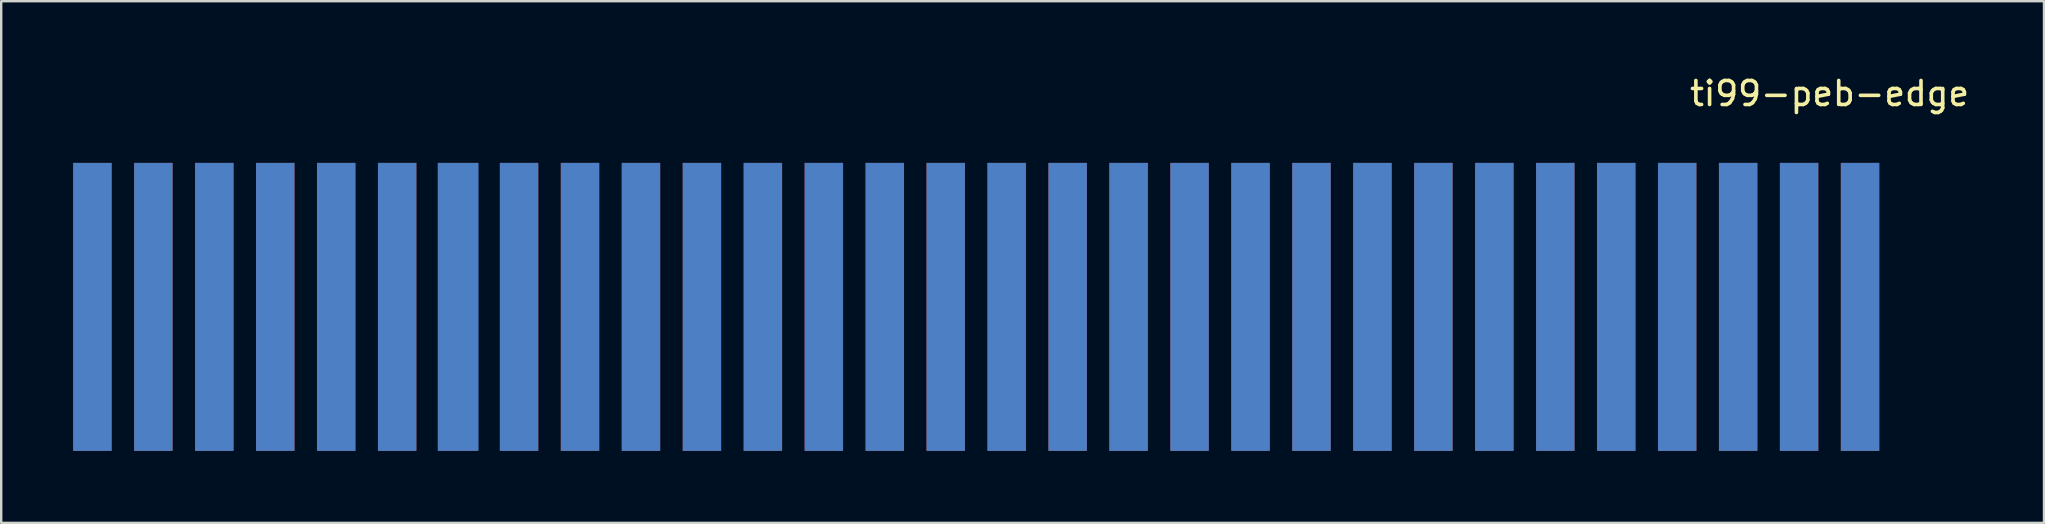
<source format=kicad_pcb>
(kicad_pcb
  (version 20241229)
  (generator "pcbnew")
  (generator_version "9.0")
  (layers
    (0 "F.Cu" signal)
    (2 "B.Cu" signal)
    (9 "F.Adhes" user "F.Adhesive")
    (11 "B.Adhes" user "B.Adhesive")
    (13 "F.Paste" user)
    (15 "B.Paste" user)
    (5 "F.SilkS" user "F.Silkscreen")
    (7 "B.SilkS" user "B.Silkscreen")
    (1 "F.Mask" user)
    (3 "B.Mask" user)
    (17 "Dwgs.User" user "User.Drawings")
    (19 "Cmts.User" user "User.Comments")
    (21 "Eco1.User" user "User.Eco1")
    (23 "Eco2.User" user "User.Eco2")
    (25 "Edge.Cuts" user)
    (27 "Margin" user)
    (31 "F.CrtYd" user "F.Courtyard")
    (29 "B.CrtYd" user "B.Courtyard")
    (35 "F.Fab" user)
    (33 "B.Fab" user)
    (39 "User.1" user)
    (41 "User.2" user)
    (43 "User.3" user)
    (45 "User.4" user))
  (footprint "ti99-peb-edge"
    (layer "F.Cu")
    (at 33.82 9.738)
    (property "Reference" "ti99-peb-edge" (at 39.37 -8.89 0) (layer "F.SilkS") (effects (font (size 1 1) (thickness 0.15))))
    (attr through_hole)
    (pad "1" connect rect (at 40.64 0 270) (size 12 1.6) (layers "B.Cu" "B.Mask"))
    (pad "2" connect rect (at 40.64 0 270) (size 12 1.6) (layers "F.Cu" "F.Mask"))
    (pad "3" connect rect (at 38.1 0 270) (size 12 1.6) (layers "B.Cu" "B.Mask"))
    (pad "4" connect rect (at 38.1 0 270) (size 12 1.6) (layers "F.Cu" "F.Mask"))
    (pad "5" connect rect (at 35.56 0 270) (size 12 1.6) (layers "B.Cu" "B.Mask"))
    (pad "6" connect rect (at 35.56 0 270) (size 12 1.6) (layers "F.Cu" "F.Mask"))
    (pad "7" connect rect (at 33.02 0 270) (size 12 1.6) (layers "B.Cu" "B.Mask"))
    (pad "8" connect rect (at 33.02 0 270) (size 12 1.6) (layers "F.Cu" "F.Mask"))
    (pad "9" connect rect (at 30.48 0 270) (size 12 1.6) (layers "B.Cu" "B.Mask"))
    (pad "10" connect rect (at 30.48 0 270) (size 12 1.6) (layers "F.Cu" "F.Mask"))
    (pad "11" connect rect (at 27.94 0 270) (size 12 1.6) (layers "B.Cu" "B.Mask"))
    (pad "12" connect rect (at 27.94 0 270) (size 12 1.6) (layers "F.Cu" "F.Mask"))
    (pad "13" connect rect (at 25.4 0 270) (size 12 1.6) (layers "B.Cu" "B.Mask"))
    (pad "14" connect rect (at 25.4 0 270) (size 12 1.6) (layers "F.Cu" "F.Mask"))
    (pad "15" connect rect (at 22.86 0 270) (size 12 1.6) (layers "B.Cu" "B.Mask"))
    (pad "16" connect rect (at 22.86 0 270) (size 12 1.6) (layers "F.Cu" "F.Mask"))
    (pad "17" connect rect (at 20.32 0 270) (size 12 1.6) (layers "B.Cu" "B.Mask"))
    (pad "18" connect rect (at 20.32 0 270) (size 12 1.6) (layers "F.Cu" "F.Mask"))
    (pad "19" connect rect (at 17.78 0 270) (size 12 1.6) (layers "B.Cu" "B.Mask"))
    (pad "20" connect rect (at 17.78 0 270) (size 12 1.6) (layers "F.Cu" "F.Mask"))
    (pad "21" connect rect (at 15.24 0 270) (size 12 1.6) (layers "B.Cu" "B.Mask"))
    (pad "22" connect rect (at 15.24 0 270) (size 12 1.6) (layers "F.Cu" "F.Mask"))
    (pad "23" connect rect (at 12.7 0 270) (size 12 1.6) (layers "B.Cu" "B.Mask"))
    (pad "24" connect rect (at 12.7 0 270) (size 12 1.6) (layers "F.Cu" "F.Mask"))
    (pad "25" connect rect (at 10.16 0 270) (size 12 1.6) (layers "B.Cu" "B.Mask"))
    (pad "26" connect rect (at 10.16 0 270) (size 12 1.6) (layers "F.Cu" "F.Mask"))
    (pad "27" connect rect (at 7.62 0 270) (size 12 1.6) (layers "B.Cu" "B.Mask"))
    (pad "28" connect rect (at 7.62 0 270) (size 12 1.6) (layers "F.Cu" "F.Mask"))
    (pad "29" connect rect (at 5.08 0 270) (size 12 1.6) (layers "B.Cu" "B.Mask"))
    (pad "30" connect rect (at 5.08 0 270) (size 12 1.6) (layers "F.Cu" "F.Mask"))
    (pad "31" connect rect (at 2.54 0 270) (size 12 1.6) (layers "B.Cu" "B.Mask"))
    (pad "32" connect rect (at 2.54 0 270) (size 12 1.6) (layers "F.Cu" "F.Mask"))
    (pad "33" connect rect (at 0 0 270) (size 12 1.6) (layers "B.Cu" "B.Mask"))
    (pad "34" connect rect (at 0 0 270) (size 12 1.6) (layers "F.Cu" "F.Mask"))
    (pad "35" connect rect (at -2.54 0 270) (size 12 1.6) (layers "B.Cu" "B.Mask"))
    (pad "36" connect rect (at -2.54 0 270) (size 12 1.6) (layers "F.Cu" "F.Mask"))
    (pad "37" connect rect (at -5.08 0 270) (size 12 1.6) (layers "B.Cu" "B.Mask"))
    (pad "38" connect rect (at -5.08 0 270) (size 12 1.6) (layers "F.Cu" "F.Mask"))
    (pad "39" connect rect (at -7.62 0 270) (size 12 1.6) (layers "B.Cu" "B.Mask"))
    (pad "40" connect rect (at -7.62 0 270) (size 12 1.6) (layers "F.Cu" "F.Mask"))
    (pad "41" connect rect (at -10.16 0 270) (size 12 1.6) (layers "B.Cu" "B.Mask"))
    (pad "42" connect rect (at -10.16 0 270) (size 12 1.6) (layers "F.Cu" "F.Mask"))
    (pad "43" connect rect (at -12.7 0 270) (size 12 1.6) (layers "B.Cu" "B.Mask"))
    (pad "44" connect rect (at -12.7 0 270) (size 12 1.6) (layers "F.Cu" "F.Mask"))
    (pad "45" connect rect (at -15.24 0 270) (size 12 1.6) (layers "B.Cu" "B.Mask"))
    (pad "46" connect rect (at -15.24 0 270) (size 12 1.6) (layers "F.Cu" "F.Mask"))
    (pad "47" connect rect (at -17.78 0 270) (size 12 1.7) (layers "B.Cu" "B.Mask"))
    (pad "48" connect rect (at -17.78 0 270) (size 12 1.6) (layers "F.Cu" "F.Mask"))
    (pad "49" connect rect (at -20.32 0 270) (size 12 1.6) (layers "B.Cu" "B.Mask"))
    (pad "50" connect rect (at -20.32 0 270) (size 12 1.6) (layers "F.Cu" "F.Mask"))
    (pad "51" connect rect (at -22.86 0 270) (size 12 1.6) (layers "B.Cu" "B.Mask"))
    (pad "52" connect rect (at -22.86 0 270) (size 12 1.6) (layers "F.Cu" "F.Mask"))
    (pad "53" connect rect (at -25.4 0 270) (size 12 1.6) (layers "B.Cu" "B.Mask"))
    (pad "54" connect rect (at -25.4 0 270) (size 12 1.6) (layers "F.Cu" "F.Mask"))
    (pad "55" connect rect (at -27.94 0 270) (size 12 1.6) (layers "B.Cu" "B.Mask"))
    (pad "56" connect rect (at -27.94 0 270) (size 12 1.6) (layers "F.Cu" "F.Mask"))
    (pad "57" connect rect (at -30.48 0 270) (size 12 1.6) (layers "B.Cu" "B.Mask"))
    (pad "58" connect rect (at -30.48 0 270) (size 12 1.6) (layers "F.Cu" "F.Mask"))
    (pad "59" connect rect (at -33.02 0 270) (size 12 1.6) (layers "B.Cu" "B.Mask"))
    (pad "60" connect rect (at -33.02 0 270) (size 12 1.6) (layers "F.Cu" "F.Mask")))
  (gr_rect
    (start -3 -3)
    (end 82.125 18.738)
    (stroke (width 0.1) (type default))
    (fill no)
    (layer "Edge.Cuts")))
</source>
